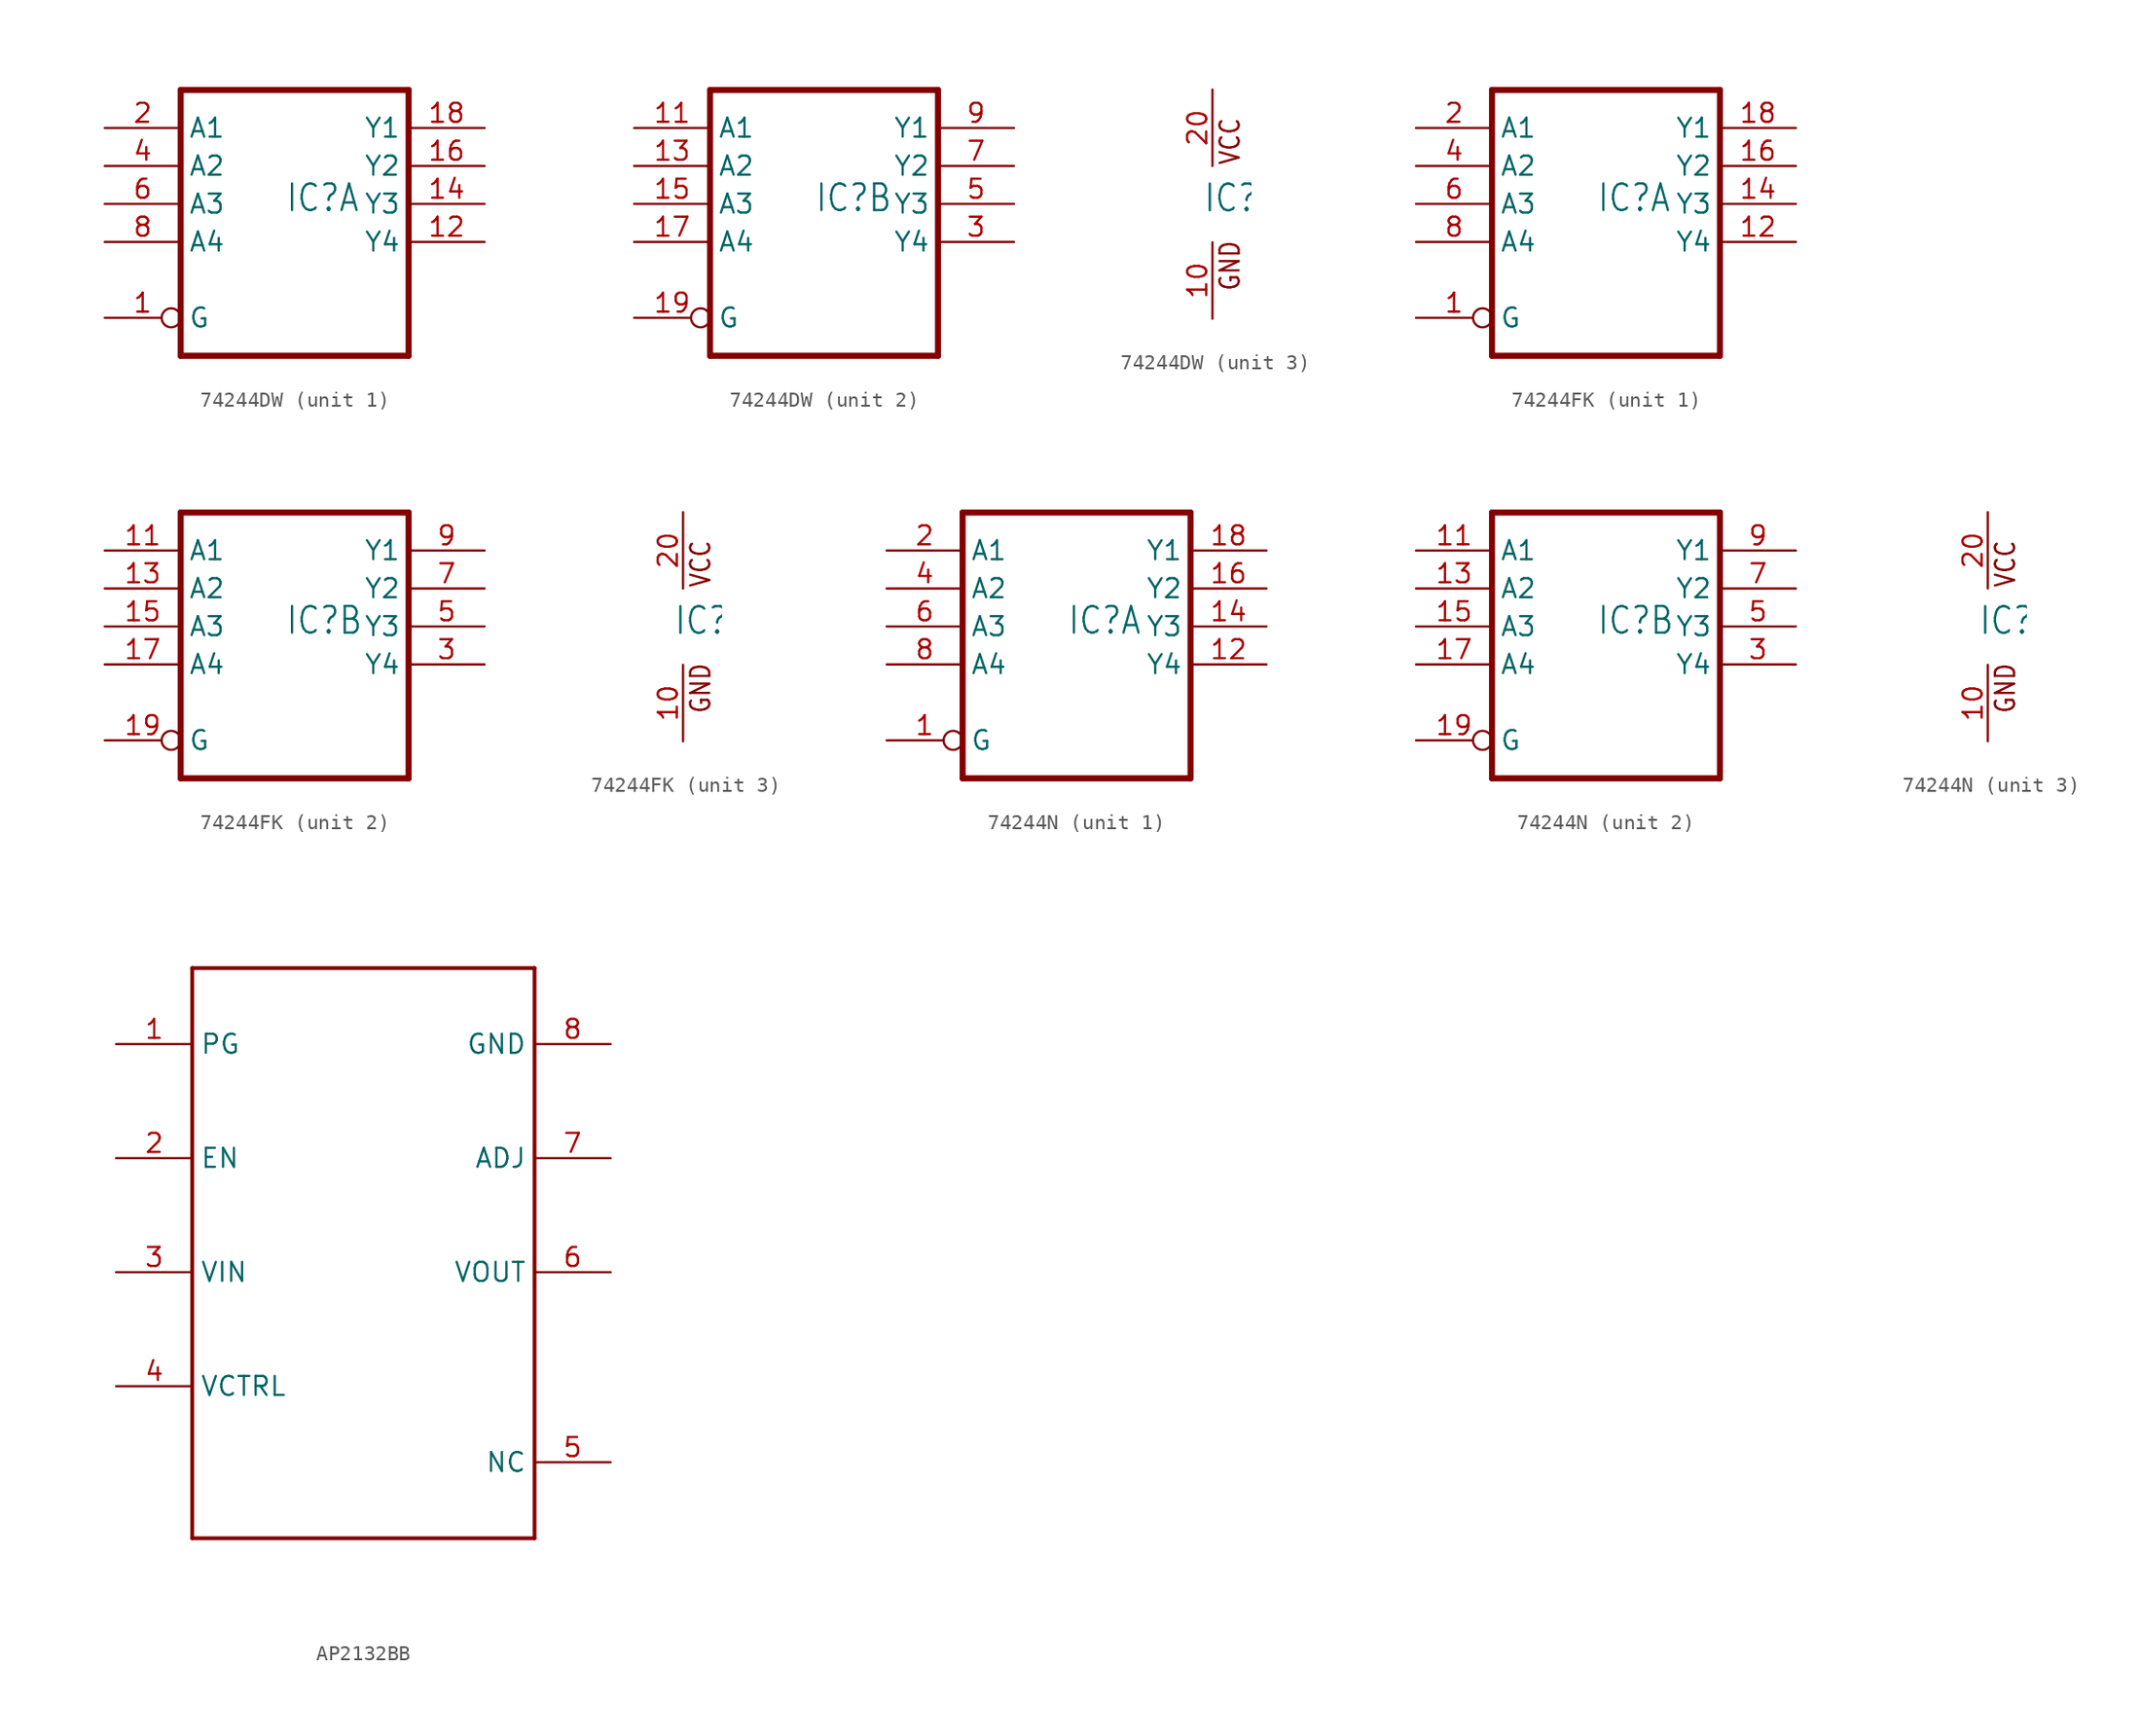
<source format=kicad_sym>
(kicad_symbol_lib
  (version 20231120)
  (generator "kicad_symbol_editor")
  (generator_version "8.0")
  (symbol "74244DW"
    (property "Reference" "IC"
      (at -0.635 -0.635 0)
      (effects (font (size 1.778 1.511)) (justify left bottom)))
    (property "ki_locked" ""
      (at 0 0 0)
      (effects (font (size 1.27 1.27))))
    (symbol "74244DW_1_0"
      (polyline (pts (xy -7.62 -10.16) (xy 7.62 -10.16)) (stroke (width 0.406) (type solid)) (fill (type none)))
      (polyline (pts (xy -7.62 7.62) (xy -7.62 -10.16)) (stroke (width 0.406) (type solid)) (fill (type none)))
      (polyline (pts (xy 7.62 -10.16) (xy 7.62 7.62)) (stroke (width 0.406) (type solid)) (fill (type none)))
      (polyline (pts (xy 7.62 7.62) (xy -7.62 7.62)) (stroke (width 0.406) (type solid)) (fill (type none)))
      (pin input inverted (at -12.7 -7.62 0) (length 5.08) (name "G" (effects (font (size 1.27 1.27)))) (number "1" (effects (font (size 1.27 1.27)))))
      (pin tri_state line (at 12.7 -2.54 180) (length 5.08) (name "Y4" (effects (font (size 1.27 1.27)))) (number "12" (effects (font (size 1.27 1.27)))))
      (pin tri_state line (at 12.7 0 180) (length 5.08) (name "Y3" (effects (font (size 1.27 1.27)))) (number "14" (effects (font (size 1.27 1.27)))))
      (pin tri_state line (at 12.7 2.54 180) (length 5.08) (name "Y2" (effects (font (size 1.27 1.27)))) (number "16" (effects (font (size 1.27 1.27)))))
      (pin tri_state line (at 12.7 5.08 180) (length 5.08) (name "Y1" (effects (font (size 1.27 1.27)))) (number "18" (effects (font (size 1.27 1.27)))))
      (pin input line (at -12.7 5.08 0) (length 5.08) (name "A1" (effects (font (size 1.27 1.27)))) (number "2" (effects (font (size 1.27 1.27)))))
      (pin input line (at -12.7 2.54 0) (length 5.08) (name "A2" (effects (font (size 1.27 1.27)))) (number "4" (effects (font (size 1.27 1.27)))))
      (pin input line (at -12.7 0 0) (length 5.08) (name "A3" (effects (font (size 1.27 1.27)))) (number "6" (effects (font (size 1.27 1.27)))))
      (pin input line (at -12.7 -2.54 0) (length 5.08) (name "A4" (effects (font (size 1.27 1.27)))) (number "8" (effects (font (size 1.27 1.27))))))
    (symbol "74244DW_2_0"
      (polyline (pts (xy -7.62 -10.16) (xy 7.62 -10.16)) (stroke (width 0.406) (type solid)) (fill (type none)))
      (polyline (pts (xy -7.62 7.62) (xy -7.62 -10.16)) (stroke (width 0.406) (type solid)) (fill (type none)))
      (polyline (pts (xy 7.62 -10.16) (xy 7.62 7.62)) (stroke (width 0.406) (type solid)) (fill (type none)))
      (polyline (pts (xy 7.62 7.62) (xy -7.62 7.62)) (stroke (width 0.406) (type solid)) (fill (type none)))
      (pin input line (at -12.7 5.08 0) (length 5.08) (name "A1" (effects (font (size 1.27 1.27)))) (number "11" (effects (font (size 1.27 1.27)))))
      (pin input line (at -12.7 2.54 0) (length 5.08) (name "A2" (effects (font (size 1.27 1.27)))) (number "13" (effects (font (size 1.27 1.27)))))
      (pin input line (at -12.7 0 0) (length 5.08) (name "A3" (effects (font (size 1.27 1.27)))) (number "15" (effects (font (size 1.27 1.27)))))
      (pin input line (at -12.7 -2.54 0) (length 5.08) (name "A4" (effects (font (size 1.27 1.27)))) (number "17" (effects (font (size 1.27 1.27)))))
      (pin input inverted (at -12.7 -7.62 0) (length 5.08) (name "G" (effects (font (size 1.27 1.27)))) (number "19" (effects (font (size 1.27 1.27)))))
      (pin tri_state line (at 12.7 -2.54 180) (length 5.08) (name "Y4" (effects (font (size 1.27 1.27)))) (number "3" (effects (font (size 1.27 1.27)))))
      (pin tri_state line (at 12.7 0 180) (length 5.08) (name "Y3" (effects (font (size 1.27 1.27)))) (number "5" (effects (font (size 1.27 1.27)))))
      (pin tri_state line (at 12.7 2.54 180) (length 5.08) (name "Y2" (effects (font (size 1.27 1.27)))) (number "7" (effects (font (size 1.27 1.27)))))
      (pin tri_state line (at 12.7 5.08 180) (length 5.08) (name "Y1" (effects (font (size 1.27 1.27)))) (number "9" (effects (font (size 1.27 1.27))))))
    (symbol "74244DW_3_0"
      (text "GND" (at 1.905 -5.842 900) (effects (font (size 1.27 1.079)) (justify left bottom)))
      (text "VCC" (at 1.905 2.54 900) (effects (font (size 1.27 1.079)) (justify left bottom)))
      (pin power_in line (at 0 -7.62 90) (length 5.08) (name "GND" (effects (font (size 0 0)))) (number "10" (effects (font (size 1.27 1.27)))))
      (pin power_in line (at 0 7.62 270) (length 5.08) (name "VCC" (effects (font (size 0 0)))) (number "20" (effects (font (size 1.27 1.27)))))))
  (symbol "74244FK"
    (property "Reference" "IC"
      (at -0.635 -0.635 0)
      (effects (font (size 1.778 1.511)) (justify left bottom)))
    (property "ki_locked" ""
      (at 0 0 0)
      (effects (font (size 1.27 1.27))))
    (symbol "74244FK_1_0"
      (polyline (pts (xy -7.62 -10.16) (xy 7.62 -10.16)) (stroke (width 0.406) (type solid)) (fill (type none)))
      (polyline (pts (xy -7.62 7.62) (xy -7.62 -10.16)) (stroke (width 0.406) (type solid)) (fill (type none)))
      (polyline (pts (xy 7.62 -10.16) (xy 7.62 7.62)) (stroke (width 0.406) (type solid)) (fill (type none)))
      (polyline (pts (xy 7.62 7.62) (xy -7.62 7.62)) (stroke (width 0.406) (type solid)) (fill (type none)))
      (pin input inverted (at -12.7 -7.62 0) (length 5.08) (name "G" (effects (font (size 1.27 1.27)))) (number "1" (effects (font (size 1.27 1.27)))))
      (pin tri_state line (at 12.7 -2.54 180) (length 5.08) (name "Y4" (effects (font (size 1.27 1.27)))) (number "12" (effects (font (size 1.27 1.27)))))
      (pin tri_state line (at 12.7 0 180) (length 5.08) (name "Y3" (effects (font (size 1.27 1.27)))) (number "14" (effects (font (size 1.27 1.27)))))
      (pin tri_state line (at 12.7 2.54 180) (length 5.08) (name "Y2" (effects (font (size 1.27 1.27)))) (number "16" (effects (font (size 1.27 1.27)))))
      (pin tri_state line (at 12.7 5.08 180) (length 5.08) (name "Y1" (effects (font (size 1.27 1.27)))) (number "18" (effects (font (size 1.27 1.27)))))
      (pin input line (at -12.7 5.08 0) (length 5.08) (name "A1" (effects (font (size 1.27 1.27)))) (number "2" (effects (font (size 1.27 1.27)))))
      (pin input line (at -12.7 2.54 0) (length 5.08) (name "A2" (effects (font (size 1.27 1.27)))) (number "4" (effects (font (size 1.27 1.27)))))
      (pin input line (at -12.7 0 0) (length 5.08) (name "A3" (effects (font (size 1.27 1.27)))) (number "6" (effects (font (size 1.27 1.27)))))
      (pin input line (at -12.7 -2.54 0) (length 5.08) (name "A4" (effects (font (size 1.27 1.27)))) (number "8" (effects (font (size 1.27 1.27))))))
    (symbol "74244FK_2_0"
      (polyline (pts (xy -7.62 -10.16) (xy 7.62 -10.16)) (stroke (width 0.406) (type solid)) (fill (type none)))
      (polyline (pts (xy -7.62 7.62) (xy -7.62 -10.16)) (stroke (width 0.406) (type solid)) (fill (type none)))
      (polyline (pts (xy 7.62 -10.16) (xy 7.62 7.62)) (stroke (width 0.406) (type solid)) (fill (type none)))
      (polyline (pts (xy 7.62 7.62) (xy -7.62 7.62)) (stroke (width 0.406) (type solid)) (fill (type none)))
      (pin input line (at -12.7 5.08 0) (length 5.08) (name "A1" (effects (font (size 1.27 1.27)))) (number "11" (effects (font (size 1.27 1.27)))))
      (pin input line (at -12.7 2.54 0) (length 5.08) (name "A2" (effects (font (size 1.27 1.27)))) (number "13" (effects (font (size 1.27 1.27)))))
      (pin input line (at -12.7 0 0) (length 5.08) (name "A3" (effects (font (size 1.27 1.27)))) (number "15" (effects (font (size 1.27 1.27)))))
      (pin input line (at -12.7 -2.54 0) (length 5.08) (name "A4" (effects (font (size 1.27 1.27)))) (number "17" (effects (font (size 1.27 1.27)))))
      (pin input inverted (at -12.7 -7.62 0) (length 5.08) (name "G" (effects (font (size 1.27 1.27)))) (number "19" (effects (font (size 1.27 1.27)))))
      (pin tri_state line (at 12.7 -2.54 180) (length 5.08) (name "Y4" (effects (font (size 1.27 1.27)))) (number "3" (effects (font (size 1.27 1.27)))))
      (pin tri_state line (at 12.7 0 180) (length 5.08) (name "Y3" (effects (font (size 1.27 1.27)))) (number "5" (effects (font (size 1.27 1.27)))))
      (pin tri_state line (at 12.7 2.54 180) (length 5.08) (name "Y2" (effects (font (size 1.27 1.27)))) (number "7" (effects (font (size 1.27 1.27)))))
      (pin tri_state line (at 12.7 5.08 180) (length 5.08) (name "Y1" (effects (font (size 1.27 1.27)))) (number "9" (effects (font (size 1.27 1.27))))))
    (symbol "74244FK_3_0"
      (text "GND" (at 1.905 -5.842 900) (effects (font (size 1.27 1.079)) (justify left bottom)))
      (text "VCC" (at 1.905 2.54 900) (effects (font (size 1.27 1.079)) (justify left bottom)))
      (pin power_in line (at 0 -7.62 90) (length 5.08) (name "GND" (effects (font (size 0 0)))) (number "10" (effects (font (size 1.27 1.27)))))
      (pin power_in line (at 0 7.62 270) (length 5.08) (name "VCC" (effects (font (size 0 0)))) (number "20" (effects (font (size 1.27 1.27)))))))
  (symbol "74244N"
    (property "Reference" "IC"
      (at -0.635 -0.635 0)
      (effects (font (size 1.778 1.511)) (justify left bottom)))
    (property "ki_locked" ""
      (at 0 0 0)
      (effects (font (size 1.27 1.27))))
    (symbol "74244N_1_0"
      (polyline (pts (xy -7.62 -10.16) (xy 7.62 -10.16)) (stroke (width 0.406) (type solid)) (fill (type none)))
      (polyline (pts (xy -7.62 7.62) (xy -7.62 -10.16)) (stroke (width 0.406) (type solid)) (fill (type none)))
      (polyline (pts (xy 7.62 -10.16) (xy 7.62 7.62)) (stroke (width 0.406) (type solid)) (fill (type none)))
      (polyline (pts (xy 7.62 7.62) (xy -7.62 7.62)) (stroke (width 0.406) (type solid)) (fill (type none)))
      (pin input inverted (at -12.7 -7.62 0) (length 5.08) (name "G" (effects (font (size 1.27 1.27)))) (number "1" (effects (font (size 1.27 1.27)))))
      (pin tri_state line (at 12.7 -2.54 180) (length 5.08) (name "Y4" (effects (font (size 1.27 1.27)))) (number "12" (effects (font (size 1.27 1.27)))))
      (pin tri_state line (at 12.7 0 180) (length 5.08) (name "Y3" (effects (font (size 1.27 1.27)))) (number "14" (effects (font (size 1.27 1.27)))))
      (pin tri_state line (at 12.7 2.54 180) (length 5.08) (name "Y2" (effects (font (size 1.27 1.27)))) (number "16" (effects (font (size 1.27 1.27)))))
      (pin tri_state line (at 12.7 5.08 180) (length 5.08) (name "Y1" (effects (font (size 1.27 1.27)))) (number "18" (effects (font (size 1.27 1.27)))))
      (pin input line (at -12.7 5.08 0) (length 5.08) (name "A1" (effects (font (size 1.27 1.27)))) (number "2" (effects (font (size 1.27 1.27)))))
      (pin input line (at -12.7 2.54 0) (length 5.08) (name "A2" (effects (font (size 1.27 1.27)))) (number "4" (effects (font (size 1.27 1.27)))))
      (pin input line (at -12.7 0 0) (length 5.08) (name "A3" (effects (font (size 1.27 1.27)))) (number "6" (effects (font (size 1.27 1.27)))))
      (pin input line (at -12.7 -2.54 0) (length 5.08) (name "A4" (effects (font (size 1.27 1.27)))) (number "8" (effects (font (size 1.27 1.27))))))
    (symbol "74244N_2_0"
      (polyline (pts (xy -7.62 -10.16) (xy 7.62 -10.16)) (stroke (width 0.406) (type solid)) (fill (type none)))
      (polyline (pts (xy -7.62 7.62) (xy -7.62 -10.16)) (stroke (width 0.406) (type solid)) (fill (type none)))
      (polyline (pts (xy 7.62 -10.16) (xy 7.62 7.62)) (stroke (width 0.406) (type solid)) (fill (type none)))
      (polyline (pts (xy 7.62 7.62) (xy -7.62 7.62)) (stroke (width 0.406) (type solid)) (fill (type none)))
      (pin input line (at -12.7 5.08 0) (length 5.08) (name "A1" (effects (font (size 1.27 1.27)))) (number "11" (effects (font (size 1.27 1.27)))))
      (pin input line (at -12.7 2.54 0) (length 5.08) (name "A2" (effects (font (size 1.27 1.27)))) (number "13" (effects (font (size 1.27 1.27)))))
      (pin input line (at -12.7 0 0) (length 5.08) (name "A3" (effects (font (size 1.27 1.27)))) (number "15" (effects (font (size 1.27 1.27)))))
      (pin input line (at -12.7 -2.54 0) (length 5.08) (name "A4" (effects (font (size 1.27 1.27)))) (number "17" (effects (font (size 1.27 1.27)))))
      (pin input inverted (at -12.7 -7.62 0) (length 5.08) (name "G" (effects (font (size 1.27 1.27)))) (number "19" (effects (font (size 1.27 1.27)))))
      (pin tri_state line (at 12.7 -2.54 180) (length 5.08) (name "Y4" (effects (font (size 1.27 1.27)))) (number "3" (effects (font (size 1.27 1.27)))))
      (pin tri_state line (at 12.7 0 180) (length 5.08) (name "Y3" (effects (font (size 1.27 1.27)))) (number "5" (effects (font (size 1.27 1.27)))))
      (pin tri_state line (at 12.7 2.54 180) (length 5.08) (name "Y2" (effects (font (size 1.27 1.27)))) (number "7" (effects (font (size 1.27 1.27)))))
      (pin tri_state line (at 12.7 5.08 180) (length 5.08) (name "Y1" (effects (font (size 1.27 1.27)))) (number "9" (effects (font (size 1.27 1.27))))))
    (symbol "74244N_3_0"
      (text "GND" (at 1.905 -5.842 900) (effects (font (size 1.27 1.079)) (justify left bottom)))
      (text "VCC" (at 1.905 2.54 900) (effects (font (size 1.27 1.079)) (justify left bottom)))
      (pin power_in line (at 0 -7.62 90) (length 5.08) (name "GND" (effects (font (size 0 0)))) (number "10" (effects (font (size 1.27 1.27)))))
      (pin power_in line (at 0 7.62 270) (length 5.08) (name "VCC" (effects (font (size 0 0)))) (number "20" (effects (font (size 1.27 1.27)))))))
  (symbol "AP2132BB"
    (property "Reference" ""
      (at -5.08 17.78 0)
      (effects (font (size 1.778 1.511)) (justify left bottom) (hide yes)))
    (property "Value" ""
      (at -5.08 -22.86 0)
      (effects (font (size 1.778 1.511)) (justify left bottom)))
    (property "ki_locked" ""
      (at 0 0 0)
      (effects (font (size 1.27 1.27))))
    (symbol "AP2132BB_1_0"
      (polyline (pts (xy -10.16 -20.32) (xy -10.16 17.78)) (stroke (width 0.254) (type solid)) (fill (type none)))
      (polyline (pts (xy -10.16 17.78) (xy 12.7 17.78)) (stroke (width 0.254) (type solid)) (fill (type none)))
      (polyline (pts (xy 12.7 -20.32) (xy -10.16 -20.32)) (stroke (width 0.254) (type solid)) (fill (type none)))
      (polyline (pts (xy 12.7 17.78) (xy 12.7 -20.32)) (stroke (width 0.254) (type solid)) (fill (type none)))
      (pin bidirectional line (at -15.24 12.7 0) (length 5.08) (name "PG" (effects (font (size 1.27 1.27)))) (number "1" (effects (font (size 1.27 1.27)))))
      (pin bidirectional line (at -15.24 5.08 0) (length 5.08) (name "EN" (effects (font (size 1.27 1.27)))) (number "2" (effects (font (size 1.27 1.27)))))
      (pin bidirectional line (at -15.24 -2.54 0) (length 5.08) (name "VIN" (effects (font (size 1.27 1.27)))) (number "3" (effects (font (size 1.27 1.27)))))
      (pin bidirectional line (at -15.24 -10.16 0) (length 5.08) (name "VCTRL" (effects (font (size 1.27 1.27)))) (number "4" (effects (font (size 1.27 1.27)))))
      (pin bidirectional line (at 17.78 -15.24 180) (length 5.08) (name "NC" (effects (font (size 1.27 1.27)))) (number "5" (effects (font (size 1.27 1.27)))))
      (pin bidirectional line (at 17.78 -2.54 180) (length 5.08) (name "VOUT" (effects (font (size 1.27 1.27)))) (number "6" (effects (font (size 1.27 1.27)))))
      (pin bidirectional line (at 17.78 5.08 180) (length 5.08) (name "ADJ" (effects (font (size 1.27 1.27)))) (number "7" (effects (font (size 1.27 1.27)))))
      (pin bidirectional line (at 17.78 12.7 180) (length 5.08) (name "GND" (effects (font (size 1.27 1.27)))) (number "8" (effects (font (size 1.27 1.27))))))))
</source>
